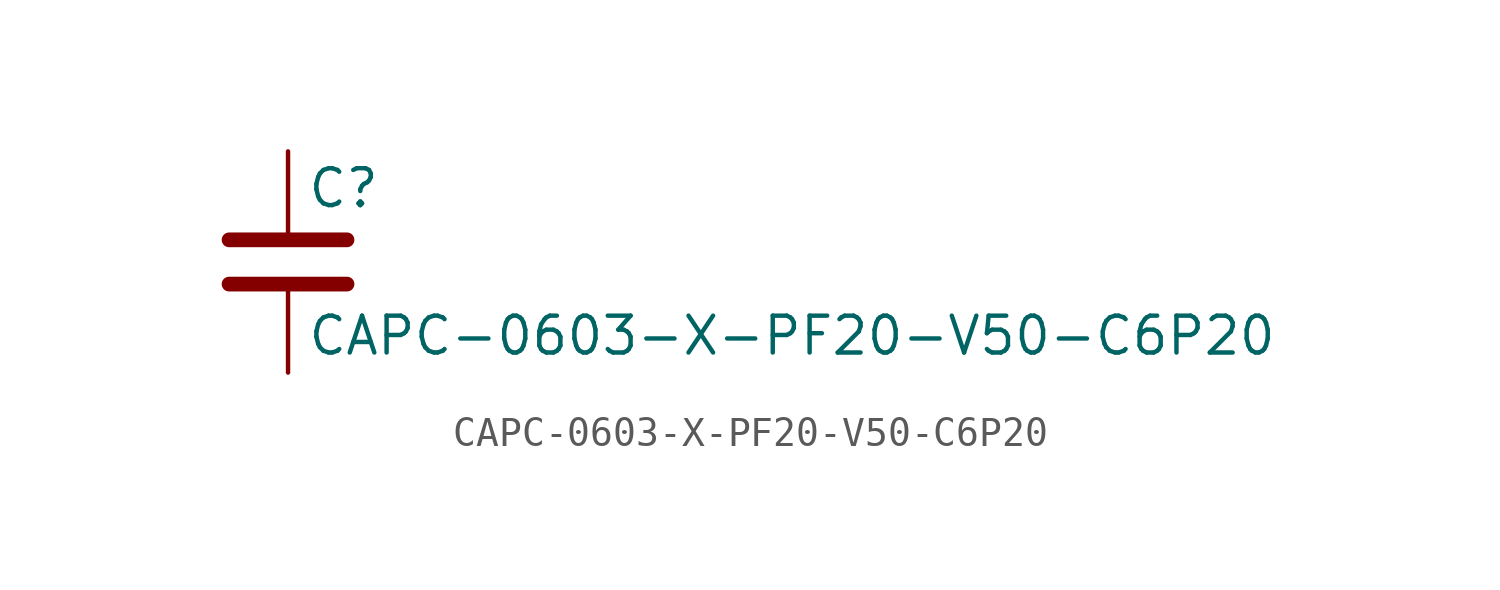
<source format=kicad_sym>
(kicad_symbol_lib
  (version 20211014)
  (generator kicad_symbol_editor)
  (symbol "CAPC-0603-X-PF20-V50-C6P20"
    (pin_numbers hide)
    (pin_names
      (offset 0.254))
    (property "Reference" "C"
      (at 0.635 2.54 0)
      (effects (font (size 1.27 1.27)) (justify left)))
    (property "Value" "CAPC-0603-X-PF20-V50-C6P20"
      (at 0.635 -2.54 0)
      (effects (font (size 1.27 1.27)) (justify left)))
    (symbol "CAPC-0603-X-PF20-V50-C6P20_0_1"
      (polyline (pts (xy -2.032 -0.762) (xy 2.032 -0.762)) (stroke (width 0.508) (type default) (color 0 0 0 0)) (fill (type none)))
      (polyline (pts (xy -2.032 0.762) (xy 2.032 0.762)) (stroke (width 0.508) (type default) (color 0 0 0 0)) (fill (type none))))
    (symbol "CAPC-0603-X-PF20-V50-C6P20_1_1"
      (pin passive line (at 0 3.81 270) (length 2.794) (name "~" (effects (font (size 1.27 1.27)))) (number "1" (effects (font (size 1.27 1.27)))))
      (pin passive line (at 0 -3.81 90) (length 2.794) (name "~" (effects (font (size 1.27 1.27)))) (number "2" (effects (font (size 1.27 1.27))))))))
</source>
